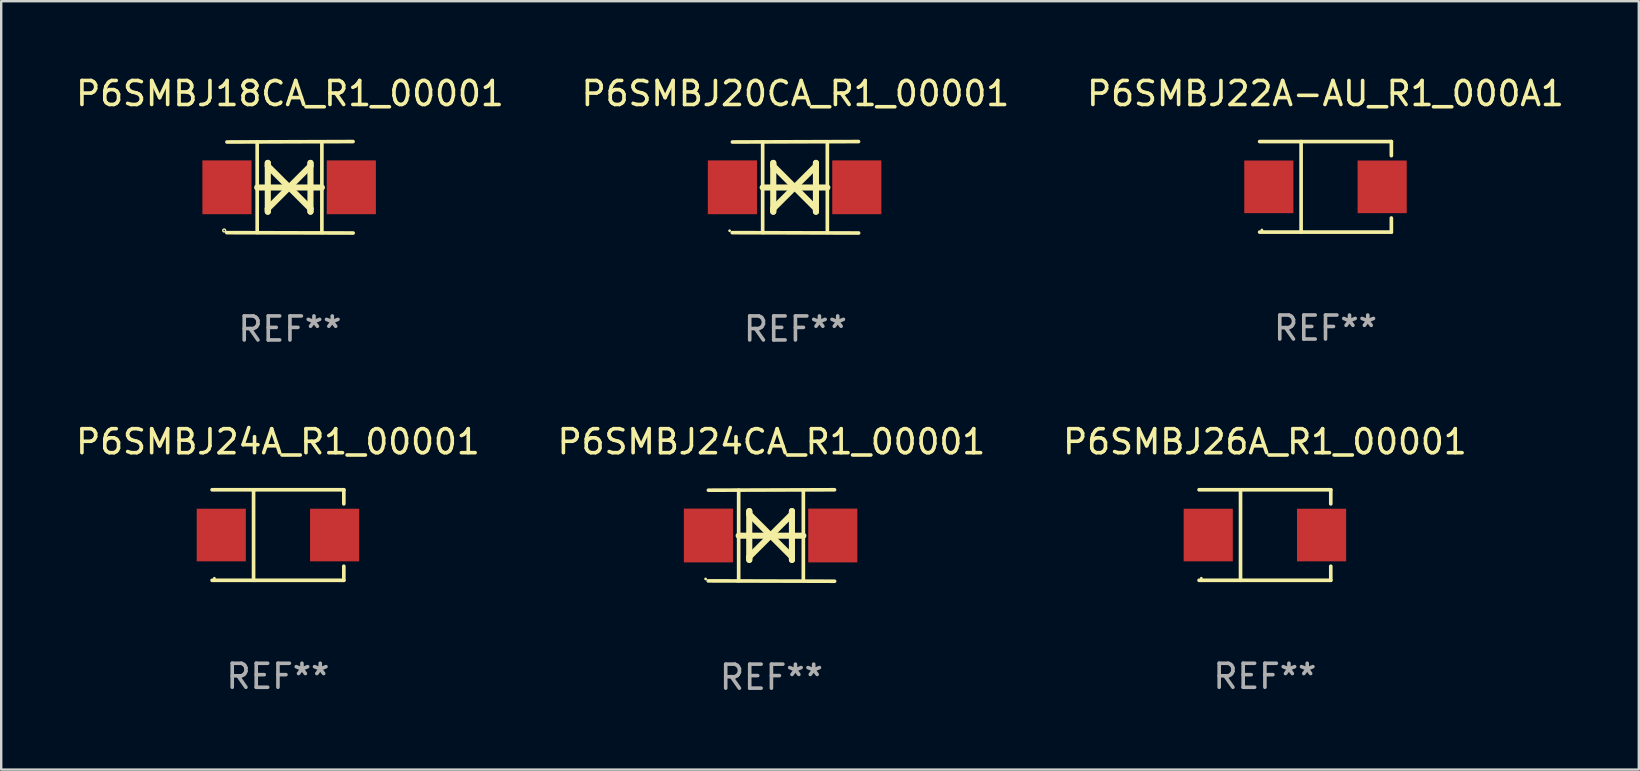
<source format=kicad_pcb>
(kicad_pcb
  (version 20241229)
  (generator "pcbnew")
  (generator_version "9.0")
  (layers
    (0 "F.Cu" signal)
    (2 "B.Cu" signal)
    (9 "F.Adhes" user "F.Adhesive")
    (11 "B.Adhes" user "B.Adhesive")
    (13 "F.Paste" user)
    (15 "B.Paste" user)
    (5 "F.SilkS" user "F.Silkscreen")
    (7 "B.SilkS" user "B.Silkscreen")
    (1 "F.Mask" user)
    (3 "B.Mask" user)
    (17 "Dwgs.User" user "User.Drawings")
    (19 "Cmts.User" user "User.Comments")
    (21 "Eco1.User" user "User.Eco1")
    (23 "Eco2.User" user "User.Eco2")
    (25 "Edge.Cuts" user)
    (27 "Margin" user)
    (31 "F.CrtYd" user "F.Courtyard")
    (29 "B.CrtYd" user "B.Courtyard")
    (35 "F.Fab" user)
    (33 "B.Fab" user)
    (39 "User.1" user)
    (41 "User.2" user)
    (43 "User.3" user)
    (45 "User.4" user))
  (footprint "P6SMBJ24CA_R1_00001"
    (layer "F.Cu")
    (at 29.089 19.26)
    (property "Reference" "P6SMBJ24CA_R1_00001" (at 0 -3.905 0) (layer "F.SilkS") (effects (font (size 1 1) (thickness 0.15))))
    (attr through_hole)
    (fp_line (start -1.365 1.886) (end -1.365 -1.886) (stroke (width 0.152) (type solid)) (layer "F.SilkS"))
    (fp_line (start -1.365 0.008) (end 1.33 0.008) (stroke (width 0.254) (type solid)) (layer "F.SilkS"))
    (fp_line (start -0.923 -1.016) (end -0.923 1.016) (stroke (width 0.254) (type solid)) (layer "F.SilkS"))
    (fp_line (start -0.923 -0.889) (end -0.923 -1.016) (stroke (width 0.254) (type solid)) (layer "F.SilkS"))
    (fp_line (start -0.923 0.889) (end -0.034 0) (stroke (width 0.254) (type solid)) (layer "F.SilkS"))
    (fp_line (start -0.923 1.016) (end -0.923 0.889) (stroke (width 0.254) (type solid)) (layer "F.SilkS"))
    (fp_line (start -0.034 0) (end -0.923 -0.889) (stroke (width 0.254) (type solid)) (layer "F.SilkS"))
    (fp_line (start -0.034 0) (end 0.855 0.889) (stroke (width 0.254) (type solid)) (layer "F.SilkS"))
    (fp_line (start 0.855 -1.016) (end 0.855 -0.889) (stroke (width 0.254) (type solid)) (layer "F.SilkS"))
    (fp_line (start 0.855 -0.889) (end -0.034 0) (stroke (width 0.254) (type solid)) (layer "F.SilkS"))
    (fp_line (start 0.855 0.889) (end 0.855 1.016) (stroke (width 0.254) (type solid)) (layer "F.SilkS"))
    (fp_line (start 0.855 1.016) (end 0.855 -1.016) (stroke (width 0.254) (type solid)) (layer "F.SilkS"))
    (fp_line (start 1.33 1.886) (end 1.33 -1.886) (stroke (width 0.152) (type solid)) (layer "F.SilkS"))
    (fp_line (start 2.629 -1.905) (end -2.625 -1.887) (stroke (width 0.152) (type solid)) (layer "F.SilkS"))
    (fp_line (start 2.633 1.905) (end -2.633 1.89) (stroke (width 0.152) (type solid)) (layer "F.SilkS"))
    (fp_circle (center -2.741 1.81) (end -2.711 1.81) (stroke (width 0.06) (type solid)) (fill no) (layer "F.SilkS"))
    (fp_text user "REF**" (at 0 5.905 0) (layer "F.Fab") (effects (font (size 1 1) (thickness 0.15))))
    (pad "1" smd rect (at -2.625 0) (size 2.047 2.241) (layers "F.Cu" "F.Mask" "F.Paste"))
    (pad "2" smd rect (at 2.557 0) (size 2.047 2.241) (layers "F.Cu" "F.Mask" "F.Paste")))
  (footprint "P6SMBJ20CA_R1_00001"
    (layer "F.Cu")
    (at 30.089 4.753)
    (property "Reference" "P6SMBJ20CA_R1_00001" (at 0 -3.905 0) (layer "F.SilkS") (effects (font (size 1 1) (thickness 0.15))))
    (attr through_hole)
    (fp_line (start -1.365 1.886) (end -1.365 -1.886) (stroke (width 0.152) (type solid)) (layer "F.SilkS"))
    (fp_line (start -1.365 0.008) (end 1.33 0.008) (stroke (width 0.254) (type solid)) (layer "F.SilkS"))
    (fp_line (start -0.923 -1.016) (end -0.923 1.016) (stroke (width 0.254) (type solid)) (layer "F.SilkS"))
    (fp_line (start -0.923 -0.889) (end -0.923 -1.016) (stroke (width 0.254) (type solid)) (layer "F.SilkS"))
    (fp_line (start -0.923 0.889) (end -0.034 0) (stroke (width 0.254) (type solid)) (layer "F.SilkS"))
    (fp_line (start -0.923 1.016) (end -0.923 0.889) (stroke (width 0.254) (type solid)) (layer "F.SilkS"))
    (fp_line (start -0.034 0) (end -0.923 -0.889) (stroke (width 0.254) (type solid)) (layer "F.SilkS"))
    (fp_line (start -0.034 0) (end 0.855 0.889) (stroke (width 0.254) (type solid)) (layer "F.SilkS"))
    (fp_line (start 0.855 -1.016) (end 0.855 -0.889) (stroke (width 0.254) (type solid)) (layer "F.SilkS"))
    (fp_line (start 0.855 -0.889) (end -0.034 0) (stroke (width 0.254) (type solid)) (layer "F.SilkS"))
    (fp_line (start 0.855 0.889) (end 0.855 1.016) (stroke (width 0.254) (type solid)) (layer "F.SilkS"))
    (fp_line (start 0.855 1.016) (end 0.855 -1.016) (stroke (width 0.254) (type solid)) (layer "F.SilkS"))
    (fp_line (start 1.33 1.886) (end 1.33 -1.886) (stroke (width 0.152) (type solid)) (layer "F.SilkS"))
    (fp_line (start 2.629 -1.905) (end -2.625 -1.887) (stroke (width 0.152) (type solid)) (layer "F.SilkS"))
    (fp_line (start 2.633 1.905) (end -2.633 1.89) (stroke (width 0.152) (type solid)) (layer "F.SilkS"))
    (fp_circle (center -2.741 1.81) (end -2.711 1.81) (stroke (width 0.06) (type solid)) (fill no) (layer "F.SilkS"))
    (fp_text user "REF**" (at 0 5.905 0) (layer "F.Fab") (effects (font (size 1 1) (thickness 0.15))))
    (pad "1" smd rect (at -2.625 0) (size 2.047 2.241) (layers "F.Cu" "F.Mask" "F.Paste"))
    (pad "2" smd rect (at 2.557 0) (size 2.047 2.241) (layers "F.Cu" "F.Mask" "F.Paste")))
  (footprint "P6SMBJ22A-AU_R1_000A1"
    (layer "F.Cu")
    (at 52.173 4.734)
    (property "Reference" "P6SMBJ22A-AU_R1_000A1" (at 0 -3.886 0) (layer "F.SilkS") (effects (font (size 1 1) (thickness 0.15))))
    (attr through_hole)
    (fp_line (start -2.744 -1.886) (end 2.744 -1.886) (stroke (width 0.152) (type solid)) (layer "F.SilkS"))
    (fp_line (start -2.744 1.886) (end 2.744 1.886) (stroke (width 0.152) (type solid)) (layer "F.SilkS"))
    (fp_line (start -1.016 -1.886) (end -1.016 1.886) (stroke (width 0.152) (type solid)) (layer "F.SilkS"))
    (fp_line (start 2.744 -1.886) (end 2.744 -1.299) (stroke (width 0.152) (type solid)) (layer "F.SilkS"))
    (fp_line (start 2.744 1.886) (end 2.744 1.299) (stroke (width 0.152) (type solid)) (layer "F.SilkS"))
    (fp_circle (center -2.65 1.8) (end -2.62 1.8) (stroke (width 0.06) (type solid)) (fill no) (layer "F.SilkS"))
    (fp_text user "REF**" (at 0 5.886 0) (layer "F.Fab") (effects (font (size 1 1) (thickness 0.15))))
    (pad "1" smd rect (at -2.361 0) (size 2.047 2.192) (layers "F.Cu" "F.Mask" "F.Paste"))
    (pad "2" smd rect (at 2.361 0) (size 2.047 2.192) (layers "F.Cu" "F.Mask" "F.Paste")))
  (footprint "P6SMBJ18CA_R1_00001"
    (layer "F.Cu")
    (at 9.03 4.753)
    (property "Reference" "P6SMBJ18CA_R1_00001" (at 0 -3.905 0) (layer "F.SilkS") (effects (font (size 1 1) (thickness 0.15))))
    (attr through_hole)
    (fp_line (start -1.365 1.886) (end -1.365 -1.886) (stroke (width 0.152) (type solid)) (layer "F.SilkS"))
    (fp_line (start -1.365 0.008) (end 1.33 0.008) (stroke (width 0.254) (type solid)) (layer "F.SilkS"))
    (fp_line (start -0.923 -1.016) (end -0.923 1.016) (stroke (width 0.254) (type solid)) (layer "F.SilkS"))
    (fp_line (start -0.923 -0.889) (end -0.923 -1.016) (stroke (width 0.254) (type solid)) (layer "F.SilkS"))
    (fp_line (start -0.923 0.889) (end -0.034 0) (stroke (width 0.254) (type solid)) (layer "F.SilkS"))
    (fp_line (start -0.923 1.016) (end -0.923 0.889) (stroke (width 0.254) (type solid)) (layer "F.SilkS"))
    (fp_line (start -0.034 0) (end -0.923 -0.889) (stroke (width 0.254) (type solid)) (layer "F.SilkS"))
    (fp_line (start -0.034 0) (end 0.855 0.889) (stroke (width 0.254) (type solid)) (layer "F.SilkS"))
    (fp_line (start 0.855 -1.016) (end 0.855 -0.889) (stroke (width 0.254) (type solid)) (layer "F.SilkS"))
    (fp_line (start 0.855 -0.889) (end -0.034 0) (stroke (width 0.254) (type solid)) (layer "F.SilkS"))
    (fp_line (start 0.855 0.889) (end 0.855 1.016) (stroke (width 0.254) (type solid)) (layer "F.SilkS"))
    (fp_line (start 0.855 1.016) (end 0.855 -1.016) (stroke (width 0.254) (type solid)) (layer "F.SilkS"))
    (fp_line (start 1.33 1.886) (end 1.33 -1.886) (stroke (width 0.152) (type solid)) (layer "F.SilkS"))
    (fp_line (start 2.629 -1.905) (end -2.625 -1.887) (stroke (width 0.152) (type solid)) (layer "F.SilkS"))
    (fp_line (start 2.633 1.905) (end -2.633 1.89) (stroke (width 0.152) (type solid)) (layer "F.SilkS"))
    (fp_circle (center -2.741 1.8) (end -2.712 1.8) (stroke (width 0.06) (type solid)) (fill no) (layer "F.SilkS"))
    (fp_text user "REF**" (at 0 5.905 0) (layer "F.Fab") (effects (font (size 1 1) (thickness 0.15))))
    (pad "1" smd rect (at -2.625 0) (size 2.047 2.241) (layers "F.Cu" "F.Mask" "F.Paste"))
    (pad "2" smd rect (at 2.557 0) (size 2.047 2.241) (layers "F.Cu" "F.Mask" "F.Paste")))
  (footprint "P6SMBJ26A_R1_00001"
    (layer "F.Cu")
    (at 49.649 19.241)
    (property "Reference" "P6SMBJ26A_R1_00001" (at 0 -3.886 0) (layer "F.SilkS") (effects (font (size 1 1) (thickness 0.15))))
    (attr through_hole)
    (fp_line (start -2.744 -1.886) (end 2.744 -1.886) (stroke (width 0.152) (type solid)) (layer "F.SilkS"))
    (fp_line (start -2.744 1.886) (end 2.744 1.886) (stroke (width 0.152) (type solid)) (layer "F.SilkS"))
    (fp_line (start -1.016 -1.886) (end -1.016 1.886) (stroke (width 0.152) (type solid)) (layer "F.SilkS"))
    (fp_line (start 2.744 -1.886) (end 2.744 -1.299) (stroke (width 0.152) (type solid)) (layer "F.SilkS"))
    (fp_line (start 2.744 1.886) (end 2.744 1.299) (stroke (width 0.152) (type solid)) (layer "F.SilkS"))
    (fp_circle (center -2.65 1.8) (end -2.62 1.8) (stroke (width 0.06) (type solid)) (fill no) (layer "F.SilkS"))
    (fp_text user "REF**" (at 0 5.886 0) (layer "F.Fab") (effects (font (size 1 1) (thickness 0.15))))
    (pad "1" smd rect (at -2.361 0) (size 2.047 2.192) (layers "F.Cu" "F.Mask" "F.Paste"))
    (pad "2" smd rect (at 2.361 0) (size 2.047 2.192) (layers "F.Cu" "F.Mask" "F.Paste")))
  (footprint "P6SMBJ24A_R1_00001"
    (layer "F.Cu")
    (at 8.53 19.241)
    (property "Reference" "P6SMBJ24A_R1_00001" (at 0 -3.886 0) (layer "F.SilkS") (effects (font (size 1 1) (thickness 0.15))))
    (attr through_hole)
    (fp_line (start -2.744 -1.886) (end 2.744 -1.886) (stroke (width 0.152) (type solid)) (layer "F.SilkS"))
    (fp_line (start -2.744 1.886) (end 2.744 1.886) (stroke (width 0.152) (type solid)) (layer "F.SilkS"))
    (fp_line (start -1.016 -1.886) (end -1.016 1.886) (stroke (width 0.152) (type solid)) (layer "F.SilkS"))
    (fp_line (start 2.744 -1.886) (end 2.744 -1.299) (stroke (width 0.152) (type solid)) (layer "F.SilkS"))
    (fp_line (start 2.744 1.886) (end 2.744 1.299) (stroke (width 0.152) (type solid)) (layer "F.SilkS"))
    (fp_circle (center -2.65 1.8) (end -2.62 1.8) (stroke (width 0.06) (type solid)) (fill no) (layer "F.SilkS"))
    (fp_text user "REF**" (at 0 5.886 0) (layer "F.Fab") (effects (font (size 1 1) (thickness 0.15))))
    (pad "1" smd rect (at -2.361 0) (size 2.047 2.192) (layers "F.Cu" "F.Mask" "F.Paste"))
    (pad "2" smd rect (at 2.361 0) (size 2.047 2.192) (layers "F.Cu" "F.Mask" "F.Paste")))
  (gr_rect
    (start -3 -3)
    (end 65.226 29.013)
    (stroke (width 0.1) (type default))
    (fill no)
    (layer "Edge.Cuts")))
</source>
